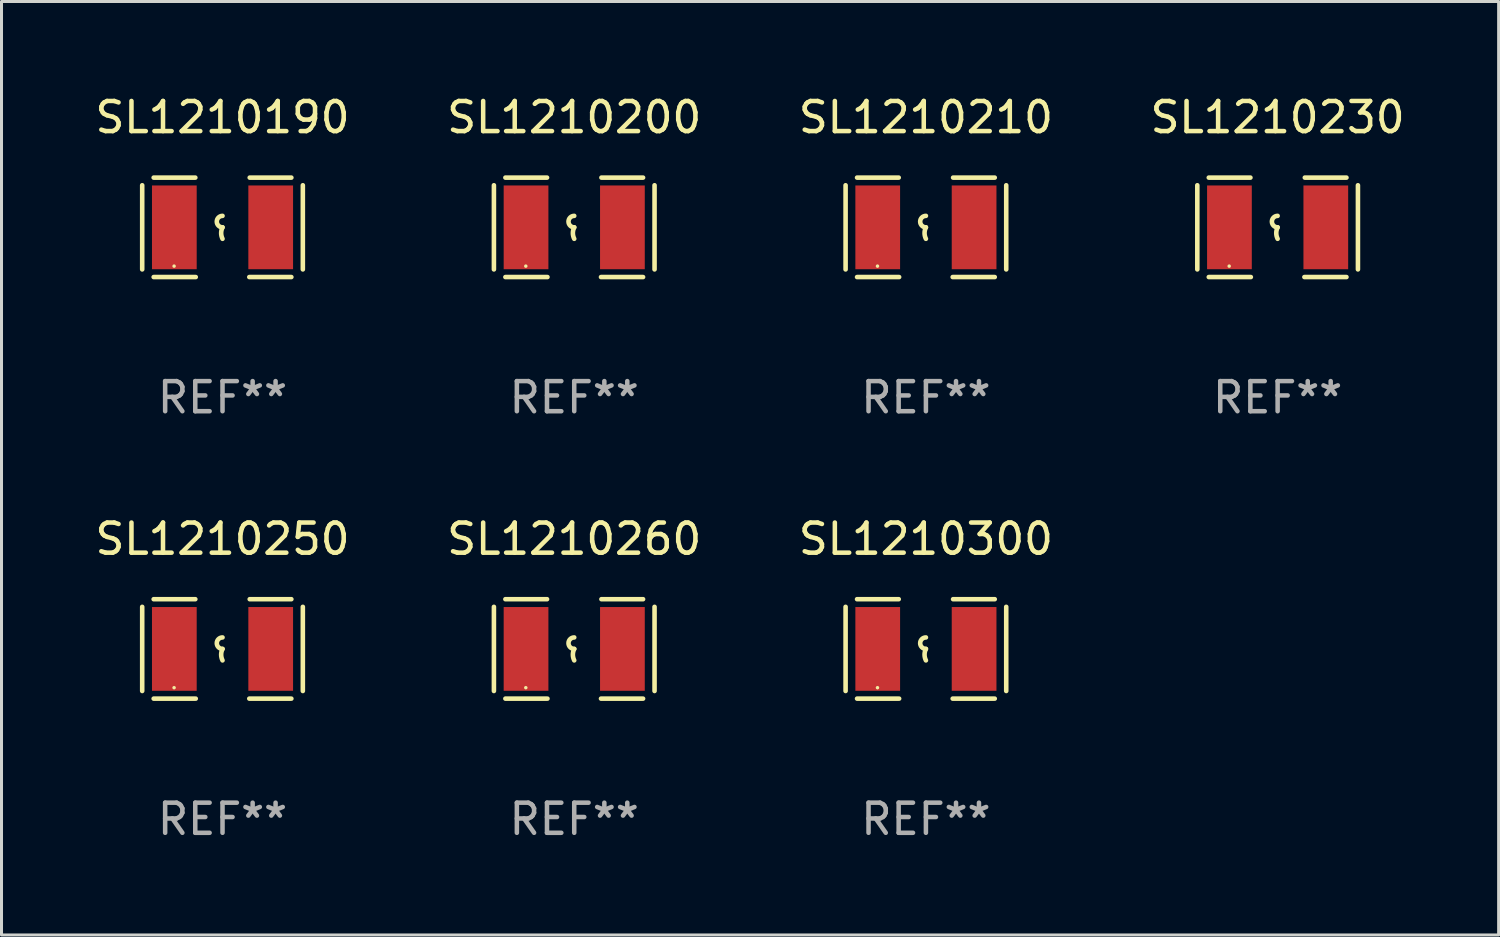
<source format=kicad_pcb>
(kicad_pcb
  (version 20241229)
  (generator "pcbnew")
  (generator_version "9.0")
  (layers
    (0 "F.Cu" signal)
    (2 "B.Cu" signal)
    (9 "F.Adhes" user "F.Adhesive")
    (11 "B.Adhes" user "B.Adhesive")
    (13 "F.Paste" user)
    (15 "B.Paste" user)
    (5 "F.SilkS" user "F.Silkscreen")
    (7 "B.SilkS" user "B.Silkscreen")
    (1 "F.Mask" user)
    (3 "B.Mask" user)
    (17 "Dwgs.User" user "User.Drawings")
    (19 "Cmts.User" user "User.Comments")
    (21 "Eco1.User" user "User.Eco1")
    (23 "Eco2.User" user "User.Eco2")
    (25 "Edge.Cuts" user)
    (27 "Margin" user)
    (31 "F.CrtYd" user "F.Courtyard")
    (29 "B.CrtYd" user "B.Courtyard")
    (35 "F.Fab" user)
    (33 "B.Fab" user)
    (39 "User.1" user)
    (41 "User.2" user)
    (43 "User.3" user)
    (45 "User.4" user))
  (footprint "SL1210300"
    (layer "F.Cu")
    (at 27.696 18.498)
    (property "Reference" "SL1210300" (at 0 -3.651 0) (layer "F.SilkS") (effects (font (size 1 1) (thickness 0.15))))
    (attr through_hole)
    (fp_line (start -2.667 -1.397) (end -2.667 1.397) (stroke (width 0.152) (type solid)) (layer "F.SilkS"))
    (fp_line (start -2.286 -1.651) (end -0.903 -1.651) (stroke (width 0.152) (type solid)) (layer "F.SilkS"))
    (fp_line (start -0.889 1.651) (end -2.286 1.651) (stroke (width 0.152) (type solid)) (layer "F.SilkS"))
    (fp_line (start 0.889 1.651) (end 2.286 1.651) (stroke (width 0.152) (type solid)) (layer "F.SilkS"))
    (fp_line (start 2.286 -1.651) (end 0.903 -1.651) (stroke (width 0.152) (type solid)) (layer "F.SilkS"))
    (fp_line (start 2.667 -1.397) (end 2.667 1.397) (stroke (width 0.152) (type solid)) (layer "F.SilkS"))
    (fp_arc (start 0 0) (mid -0.1905 -0.1905) (end 0 -0.381) (stroke (width 0.151994) (type solid)) (layer "F.SilkS"))
    (fp_arc (start 0 0.381001) (mid -0.044971 0.1905) (end 0 0) (stroke (width 0.151994) (type solid)) (layer "F.SilkS"))
    (fp_circle (center -1.608 1.288) (end -1.578 1.288) (stroke (width 0.06) (type solid)) (fill no) (layer "F.SilkS"))
    (fp_text user "REF**" (at 0 5.651 0) (layer "F.Fab") (effects (font (size 1 1) (thickness 0.15))))
    (pad "1" smd rect (at -1.6 0) (size 1.485 2.781) (layers "F.Cu" "F.Mask" "F.Paste"))
    (pad "2" smd rect (at 1.6 0) (size 1.485 2.781) (layers "F.Cu" "F.Mask" "F.Paste")))
  (footprint "SL1210190"
    (layer "F.Cu")
    (at 4.339 4.499)
    (property "Reference" "SL1210190" (at 0 -3.651 0) (layer "F.SilkS") (effects (font (size 1 1) (thickness 0.15))))
    (attr through_hole)
    (fp_line (start -2.667 -1.397) (end -2.667 1.397) (stroke (width 0.152) (type solid)) (layer "F.SilkS"))
    (fp_line (start -2.286 -1.651) (end -0.903 -1.651) (stroke (width 0.152) (type solid)) (layer "F.SilkS"))
    (fp_line (start -0.889 1.651) (end -2.286 1.651) (stroke (width 0.152) (type solid)) (layer "F.SilkS"))
    (fp_line (start 0.889 1.651) (end 2.286 1.651) (stroke (width 0.152) (type solid)) (layer "F.SilkS"))
    (fp_line (start 2.286 -1.651) (end 0.903 -1.651) (stroke (width 0.152) (type solid)) (layer "F.SilkS"))
    (fp_line (start 2.667 -1.397) (end 2.667 1.397) (stroke (width 0.152) (type solid)) (layer "F.SilkS"))
    (fp_arc (start 0 0) (mid -0.1905 -0.1905) (end 0 -0.381) (stroke (width 0.151994) (type solid)) (layer "F.SilkS"))
    (fp_arc (start 0 0.381001) (mid -0.044971 0.1905) (end 0 0) (stroke (width 0.151994) (type solid)) (layer "F.SilkS"))
    (fp_circle (center -1.608 1.288) (end -1.578 1.288) (stroke (width 0.06) (type solid)) (fill no) (layer "F.SilkS"))
    (fp_text user "REF**" (at 0 5.651 0) (layer "F.Fab") (effects (font (size 1 1) (thickness 0.15))))
    (pad "1" smd rect (at -1.6 0) (size 1.485 2.781) (layers "F.Cu" "F.Mask" "F.Paste"))
    (pad "2" smd rect (at 1.6 0) (size 1.485 2.781) (layers "F.Cu" "F.Mask" "F.Paste")))
  (footprint "SL1210250"
    (layer "F.Cu")
    (at 4.339 18.498)
    (property "Reference" "SL1210250" (at 0 -3.651 0) (layer "F.SilkS") (effects (font (size 1 1) (thickness 0.15))))
    (attr through_hole)
    (fp_line (start -2.667 -1.397) (end -2.667 1.397) (stroke (width 0.152) (type solid)) (layer "F.SilkS"))
    (fp_line (start -2.286 -1.651) (end -0.903 -1.651) (stroke (width 0.152) (type solid)) (layer "F.SilkS"))
    (fp_line (start -0.889 1.651) (end -2.286 1.651) (stroke (width 0.152) (type solid)) (layer "F.SilkS"))
    (fp_line (start 0.889 1.651) (end 2.286 1.651) (stroke (width 0.152) (type solid)) (layer "F.SilkS"))
    (fp_line (start 2.286 -1.651) (end 0.903 -1.651) (stroke (width 0.152) (type solid)) (layer "F.SilkS"))
    (fp_line (start 2.667 -1.397) (end 2.667 1.397) (stroke (width 0.152) (type solid)) (layer "F.SilkS"))
    (fp_arc (start 0 0) (mid -0.1905 -0.1905) (end 0 -0.381) (stroke (width 0.151994) (type solid)) (layer "F.SilkS"))
    (fp_arc (start 0 0.381001) (mid -0.044971 0.1905) (end 0 0) (stroke (width 0.151994) (type solid)) (layer "F.SilkS"))
    (fp_circle (center -1.608 1.288) (end -1.578 1.288) (stroke (width 0.06) (type solid)) (fill no) (layer "F.SilkS"))
    (fp_text user "REF**" (at 0 5.651 0) (layer "F.Fab") (effects (font (size 1 1) (thickness 0.15))))
    (pad "1" smd rect (at -1.6 0) (size 1.485 2.781) (layers "F.Cu" "F.Mask" "F.Paste"))
    (pad "2" smd rect (at 1.6 0) (size 1.485 2.781) (layers "F.Cu" "F.Mask" "F.Paste")))
  (footprint "SL1210260"
    (layer "F.Cu")
    (at 16.018 18.498)
    (property "Reference" "SL1210260" (at 0 -3.651 0) (layer "F.SilkS") (effects (font (size 1 1) (thickness 0.15))))
    (attr through_hole)
    (fp_line (start -2.667 -1.397) (end -2.667 1.397) (stroke (width 0.152) (type solid)) (layer "F.SilkS"))
    (fp_line (start -2.286 -1.651) (end -0.903 -1.651) (stroke (width 0.152) (type solid)) (layer "F.SilkS"))
    (fp_line (start -0.889 1.651) (end -2.286 1.651) (stroke (width 0.152) (type solid)) (layer "F.SilkS"))
    (fp_line (start 0.889 1.651) (end 2.286 1.651) (stroke (width 0.152) (type solid)) (layer "F.SilkS"))
    (fp_line (start 2.286 -1.651) (end 0.903 -1.651) (stroke (width 0.152) (type solid)) (layer "F.SilkS"))
    (fp_line (start 2.667 -1.397) (end 2.667 1.397) (stroke (width 0.152) (type solid)) (layer "F.SilkS"))
    (fp_arc (start 0 0) (mid -0.1905 -0.1905) (end 0 -0.381) (stroke (width 0.151994) (type solid)) (layer "F.SilkS"))
    (fp_arc (start 0 0.381001) (mid -0.044971 0.1905) (end 0 0) (stroke (width 0.151994) (type solid)) (layer "F.SilkS"))
    (fp_circle (center -1.608 1.288) (end -1.578 1.288) (stroke (width 0.06) (type solid)) (fill no) (layer "F.SilkS"))
    (fp_text user "REF**" (at 0 5.651 0) (layer "F.Fab") (effects (font (size 1 1) (thickness 0.15))))
    (pad "1" smd rect (at -1.6 0) (size 1.485 2.781) (layers "F.Cu" "F.Mask" "F.Paste"))
    (pad "2" smd rect (at 1.6 0) (size 1.485 2.781) (layers "F.Cu" "F.Mask" "F.Paste")))
  (footprint "SL1210210"
    (layer "F.Cu")
    (at 27.696 4.499)
    (property "Reference" "SL1210210" (at 0 -3.651 0) (layer "F.SilkS") (effects (font (size 1 1) (thickness 0.15))))
    (attr through_hole)
    (fp_line (start -2.667 -1.397) (end -2.667 1.397) (stroke (width 0.152) (type solid)) (layer "F.SilkS"))
    (fp_line (start -2.286 -1.651) (end -0.903 -1.651) (stroke (width 0.152) (type solid)) (layer "F.SilkS"))
    (fp_line (start -0.889 1.651) (end -2.286 1.651) (stroke (width 0.152) (type solid)) (layer "F.SilkS"))
    (fp_line (start 0.889 1.651) (end 2.286 1.651) (stroke (width 0.152) (type solid)) (layer "F.SilkS"))
    (fp_line (start 2.286 -1.651) (end 0.903 -1.651) (stroke (width 0.152) (type solid)) (layer "F.SilkS"))
    (fp_line (start 2.667 -1.397) (end 2.667 1.397) (stroke (width 0.152) (type solid)) (layer "F.SilkS"))
    (fp_arc (start 0 0) (mid -0.1905 -0.1905) (end 0 -0.381) (stroke (width 0.151994) (type solid)) (layer "F.SilkS"))
    (fp_arc (start 0 0.381001) (mid -0.044971 0.1905) (end 0 0) (stroke (width 0.151994) (type solid)) (layer "F.SilkS"))
    (fp_circle (center -1.608 1.288) (end -1.578 1.288) (stroke (width 0.06) (type solid)) (fill no) (layer "F.SilkS"))
    (fp_text user "REF**" (at 0 5.651 0) (layer "F.Fab") (effects (font (size 1 1) (thickness 0.15))))
    (pad "1" smd rect (at -1.6 0) (size 1.485 2.781) (layers "F.Cu" "F.Mask" "F.Paste"))
    (pad "2" smd rect (at 1.6 0) (size 1.485 2.781) (layers "F.Cu" "F.Mask" "F.Paste")))
  (footprint "SL1210200"
    (layer "F.Cu")
    (at 16.018 4.499)
    (property "Reference" "SL1210200" (at 0 -3.651 0) (layer "F.SilkS") (effects (font (size 1 1) (thickness 0.15))))
    (attr through_hole)
    (fp_line (start -2.667 -1.397) (end -2.667 1.397) (stroke (width 0.152) (type solid)) (layer "F.SilkS"))
    (fp_line (start -2.286 -1.651) (end -0.903 -1.651) (stroke (width 0.152) (type solid)) (layer "F.SilkS"))
    (fp_line (start -0.889 1.651) (end -2.286 1.651) (stroke (width 0.152) (type solid)) (layer "F.SilkS"))
    (fp_line (start 0.889 1.651) (end 2.286 1.651) (stroke (width 0.152) (type solid)) (layer "F.SilkS"))
    (fp_line (start 2.286 -1.651) (end 0.903 -1.651) (stroke (width 0.152) (type solid)) (layer "F.SilkS"))
    (fp_line (start 2.667 -1.397) (end 2.667 1.397) (stroke (width 0.152) (type solid)) (layer "F.SilkS"))
    (fp_arc (start 0 0) (mid -0.1905 -0.1905) (end 0 -0.381) (stroke (width 0.151994) (type solid)) (layer "F.SilkS"))
    (fp_arc (start 0 0.381001) (mid -0.044971 0.1905) (end 0 0) (stroke (width 0.151994) (type solid)) (layer "F.SilkS"))
    (fp_circle (center -1.608 1.288) (end -1.578 1.288) (stroke (width 0.06) (type solid)) (fill no) (layer "F.SilkS"))
    (fp_text user "REF**" (at 0 5.651 0) (layer "F.Fab") (effects (font (size 1 1) (thickness 0.15))))
    (pad "1" smd rect (at -1.6 0) (size 1.485 2.781) (layers "F.Cu" "F.Mask" "F.Paste"))
    (pad "2" smd rect (at 1.6 0) (size 1.485 2.781) (layers "F.Cu" "F.Mask" "F.Paste")))
  (footprint "SL1210230"
    (layer "F.Cu")
    (at 39.375 4.499)
    (property "Reference" "SL1210230" (at 0 -3.651 0) (layer "F.SilkS") (effects (font (size 1 1) (thickness 0.15))))
    (attr through_hole)
    (fp_line (start -2.667 -1.397) (end -2.667 1.397) (stroke (width 0.152) (type solid)) (layer "F.SilkS"))
    (fp_line (start -2.286 -1.651) (end -0.903 -1.651) (stroke (width 0.152) (type solid)) (layer "F.SilkS"))
    (fp_line (start -0.889 1.651) (end -2.286 1.651) (stroke (width 0.152) (type solid)) (layer "F.SilkS"))
    (fp_line (start 0.889 1.651) (end 2.286 1.651) (stroke (width 0.152) (type solid)) (layer "F.SilkS"))
    (fp_line (start 2.286 -1.651) (end 0.903 -1.651) (stroke (width 0.152) (type solid)) (layer "F.SilkS"))
    (fp_line (start 2.667 -1.397) (end 2.667 1.397) (stroke (width 0.152) (type solid)) (layer "F.SilkS"))
    (fp_arc (start 0 0) (mid -0.1905 -0.1905) (end 0 -0.381) (stroke (width 0.151994) (type solid)) (layer "F.SilkS"))
    (fp_arc (start 0 0.381001) (mid -0.044971 0.1905) (end 0 0) (stroke (width 0.151994) (type solid)) (layer "F.SilkS"))
    (fp_circle (center -1.608 1.288) (end -1.578 1.288) (stroke (width 0.06) (type solid)) (fill no) (layer "F.SilkS"))
    (fp_text user "REF**" (at 0 5.651 0) (layer "F.Fab") (effects (font (size 1 1) (thickness 0.15))))
    (pad "1" smd rect (at -1.6 0) (size 1.485 2.781) (layers "F.Cu" "F.Mask" "F.Paste"))
    (pad "2" smd rect (at 1.6 0) (size 1.485 2.781) (layers "F.Cu" "F.Mask" "F.Paste")))
  (gr_rect
    (start -3 -3)
    (end 46.714 27.997)
    (stroke (width 0.1) (type default))
    (fill no)
    (layer "Edge.Cuts")))
</source>
